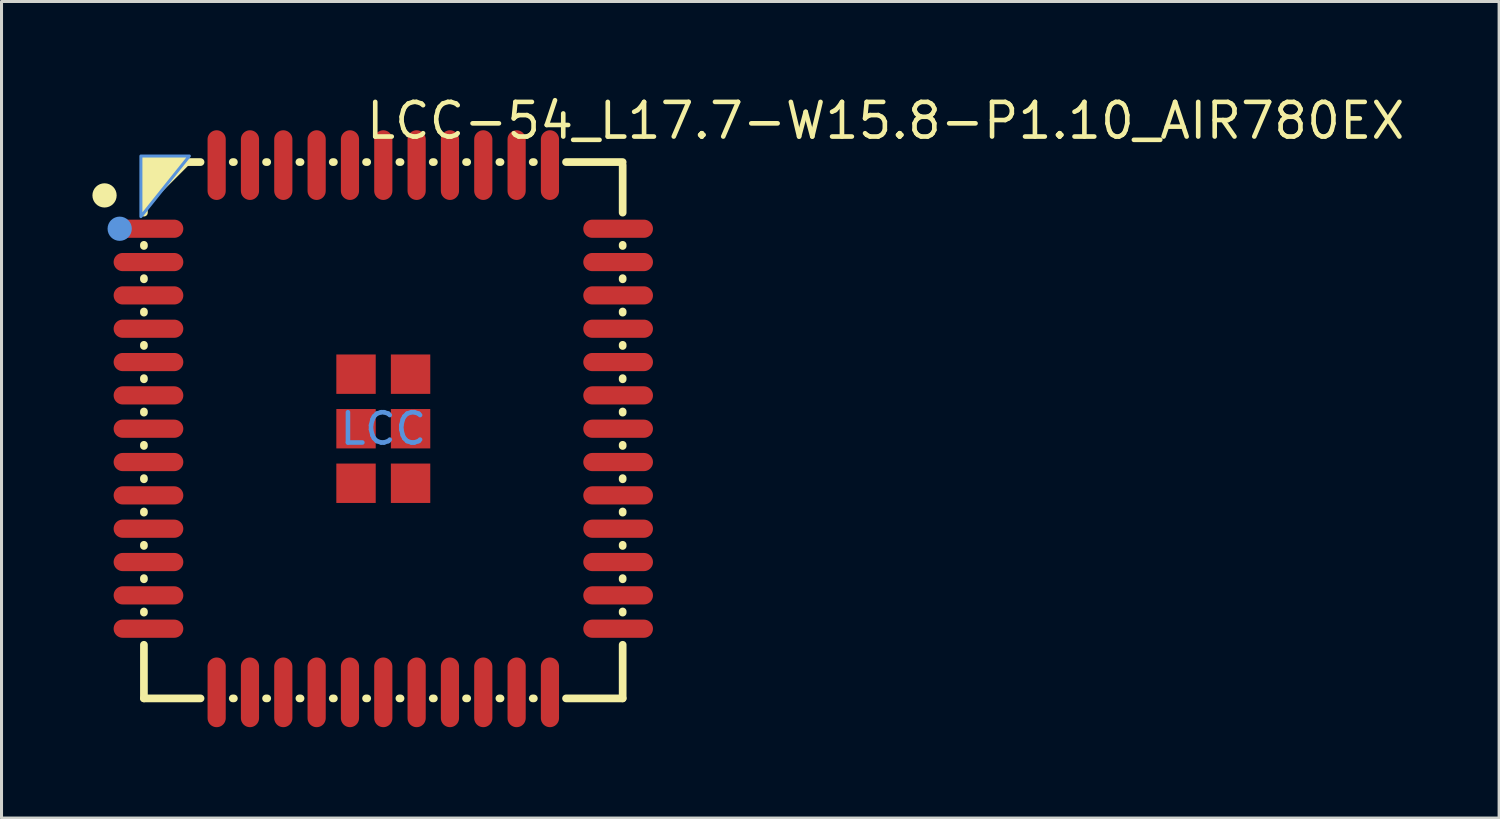
<source format=kicad_pcb>
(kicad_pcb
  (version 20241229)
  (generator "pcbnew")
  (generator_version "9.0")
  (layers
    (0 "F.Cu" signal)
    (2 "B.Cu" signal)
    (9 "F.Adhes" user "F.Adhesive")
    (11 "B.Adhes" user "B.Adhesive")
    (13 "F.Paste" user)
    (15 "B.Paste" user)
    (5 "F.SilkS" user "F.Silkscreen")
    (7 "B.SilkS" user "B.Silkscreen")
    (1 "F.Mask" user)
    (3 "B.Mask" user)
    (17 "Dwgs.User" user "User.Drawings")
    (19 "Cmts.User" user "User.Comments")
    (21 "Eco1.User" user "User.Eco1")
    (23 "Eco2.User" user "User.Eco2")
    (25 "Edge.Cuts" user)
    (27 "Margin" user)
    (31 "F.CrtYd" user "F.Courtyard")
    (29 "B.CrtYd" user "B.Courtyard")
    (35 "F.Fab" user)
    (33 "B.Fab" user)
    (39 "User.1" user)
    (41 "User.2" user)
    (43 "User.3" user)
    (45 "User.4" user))
  (footprint "LCC-54_L17.7-W15.8-P1.10_AIR780EX"
    (layer "F.Cu")
    (at 9.6 11.099)
    (property "Reference" "LCC-54_L17.7-W15.8-P1.10_AIR780EX" (at -0.638 -10.164 0) (layer "F.SilkS") (effects (font (size 1.143 1.143) (thickness 0.152)) (justify left)))
    (attr smd)
    (fp_line (start -7.9 -7.4) (end -7.9 -7.131) (stroke (width 0.254) (type solid)) (layer "F.SilkS"))
    (fp_line (start -7.9 -6.069) (end -7.9 -6.031) (stroke (width 0.254) (type solid)) (layer "F.SilkS"))
    (fp_line (start -7.9 -4.969) (end -7.9 -4.931) (stroke (width 0.254) (type solid)) (layer "F.SilkS"))
    (fp_line (start -7.9 -3.869) (end -7.9 -3.831) (stroke (width 0.254) (type solid)) (layer "F.SilkS"))
    (fp_line (start -7.9 -2.769) (end -7.9 -2.731) (stroke (width 0.254) (type solid)) (layer "F.SilkS"))
    (fp_line (start -7.9 -1.669) (end -7.9 -1.631) (stroke (width 0.254) (type solid)) (layer "F.SilkS"))
    (fp_line (start -7.9 -0.569) (end -7.9 -0.531) (stroke (width 0.254) (type solid)) (layer "F.SilkS"))
    (fp_line (start -7.9 0.531) (end -7.9 0.569) (stroke (width 0.254) (type solid)) (layer "F.SilkS"))
    (fp_line (start -7.9 1.631) (end -7.9 1.669) (stroke (width 0.254) (type solid)) (layer "F.SilkS"))
    (fp_line (start -7.9 2.731) (end -7.9 2.769) (stroke (width 0.254) (type solid)) (layer "F.SilkS"))
    (fp_line (start -7.9 3.831) (end -7.9 3.869) (stroke (width 0.254) (type solid)) (layer "F.SilkS"))
    (fp_line (start -7.9 4.931) (end -7.9 4.969) (stroke (width 0.254) (type solid)) (layer "F.SilkS"))
    (fp_line (start -7.9 6.031) (end -7.9 6.069) (stroke (width 0.254) (type solid)) (layer "F.SilkS"))
    (fp_line (start -7.9 7.131) (end -7.9 8.9) (stroke (width 0.254) (type solid)) (layer "F.SilkS"))
    (fp_line (start -7.9 8.9) (end -6.031 8.9) (stroke (width 0.254) (type solid)) (layer "F.SilkS"))
    (fp_line (start -6.5 -8.8) (end -7.9 -7.4) (stroke (width 0.254) (type solid)) (layer "F.SilkS"))
    (fp_line (start -6.031 -8.8) (end -6.5 -8.8) (stroke (width 0.254) (type solid)) (layer "F.SilkS"))
    (fp_line (start -4.969 8.9) (end -4.931 8.9) (stroke (width 0.254) (type solid)) (layer "F.SilkS"))
    (fp_line (start -4.931 -8.8) (end -4.969 -8.8) (stroke (width 0.254) (type solid)) (layer "F.SilkS"))
    (fp_line (start -3.869 8.9) (end -3.831 8.9) (stroke (width 0.254) (type solid)) (layer "F.SilkS"))
    (fp_line (start -3.831 -8.8) (end -3.869 -8.8) (stroke (width 0.254) (type solid)) (layer "F.SilkS"))
    (fp_line (start -2.769 8.9) (end -2.731 8.9) (stroke (width 0.254) (type solid)) (layer "F.SilkS"))
    (fp_line (start -2.731 -8.8) (end -2.769 -8.8) (stroke (width 0.254) (type solid)) (layer "F.SilkS"))
    (fp_line (start -1.669 8.9) (end -1.631 8.9) (stroke (width 0.254) (type solid)) (layer "F.SilkS"))
    (fp_line (start -1.631 -8.8) (end -1.669 -8.8) (stroke (width 0.254) (type solid)) (layer "F.SilkS"))
    (fp_line (start -0.569 8.9) (end -0.531 8.9) (stroke (width 0.254) (type solid)) (layer "F.SilkS"))
    (fp_line (start -0.531 -8.8) (end -0.569 -8.8) (stroke (width 0.254) (type solid)) (layer "F.SilkS"))
    (fp_line (start 0.531 8.9) (end 0.569 8.9) (stroke (width 0.254) (type solid)) (layer "F.SilkS"))
    (fp_line (start 0.569 -8.8) (end 0.531 -8.8) (stroke (width 0.254) (type solid)) (layer "F.SilkS"))
    (fp_line (start 1.631 8.9) (end 1.669 8.9) (stroke (width 0.254) (type solid)) (layer "F.SilkS"))
    (fp_line (start 1.669 -8.8) (end 1.631 -8.8) (stroke (width 0.254) (type solid)) (layer "F.SilkS"))
    (fp_line (start 2.731 8.9) (end 2.769 8.9) (stroke (width 0.254) (type solid)) (layer "F.SilkS"))
    (fp_line (start 2.769 -8.8) (end 2.731 -8.8) (stroke (width 0.254) (type solid)) (layer "F.SilkS"))
    (fp_line (start 3.831 8.9) (end 3.869 8.9) (stroke (width 0.254) (type solid)) (layer "F.SilkS"))
    (fp_line (start 3.869 -8.8) (end 3.831 -8.8) (stroke (width 0.254) (type solid)) (layer "F.SilkS"))
    (fp_line (start 4.931 8.9) (end 4.969 8.9) (stroke (width 0.254) (type solid)) (layer "F.SilkS"))
    (fp_line (start 4.969 -8.8) (end 4.931 -8.8) (stroke (width 0.254) (type solid)) (layer "F.SilkS"))
    (fp_line (start 6.031 8.9) (end 7.9 8.9) (stroke (width 0.254) (type solid)) (layer "F.SilkS"))
    (fp_line (start 7.9 -8.8) (end 6.031 -8.8) (stroke (width 0.254) (type solid)) (layer "F.SilkS"))
    (fp_line (start 7.9 -7.131) (end 7.9 -8.7) (stroke (width 0.254) (type solid)) (layer "F.SilkS"))
    (fp_line (start 7.9 -6.031) (end 7.9 -6.069) (stroke (width 0.254) (type solid)) (layer "F.SilkS"))
    (fp_line (start 7.9 -4.931) (end 7.9 -4.969) (stroke (width 0.254) (type solid)) (layer "F.SilkS"))
    (fp_line (start 7.9 -3.831) (end 7.9 -3.869) (stroke (width 0.254) (type solid)) (layer "F.SilkS"))
    (fp_line (start 7.9 -2.731) (end 7.9 -2.769) (stroke (width 0.254) (type solid)) (layer "F.SilkS"))
    (fp_line (start 7.9 -1.631) (end 7.9 -1.669) (stroke (width 0.254) (type solid)) (layer "F.SilkS"))
    (fp_line (start 7.9 -0.531) (end 7.9 -0.569) (stroke (width 0.254) (type solid)) (layer "F.SilkS"))
    (fp_line (start 7.9 0.569) (end 7.9 0.531) (stroke (width 0.254) (type solid)) (layer "F.SilkS"))
    (fp_line (start 7.9 1.669) (end 7.9 1.631) (stroke (width 0.254) (type solid)) (layer "F.SilkS"))
    (fp_line (start 7.9 2.769) (end 7.9 2.731) (stroke (width 0.254) (type solid)) (layer "F.SilkS"))
    (fp_line (start 7.9 3.869) (end 7.9 3.831) (stroke (width 0.254) (type solid)) (layer "F.SilkS"))
    (fp_line (start 7.9 4.969) (end 7.9 4.931) (stroke (width 0.254) (type solid)) (layer "F.SilkS"))
    (fp_line (start 7.9 6.069) (end 7.9 6.031) (stroke (width 0.254) (type solid)) (layer "F.SilkS"))
    (fp_line (start 7.9 8.9) (end 7.9 7.131) (stroke (width 0.254) (type solid)) (layer "F.SilkS"))
    (fp_circle (center -9.2 -7.7) (end -9 -7.7) (stroke (width 0.4) (type solid)) (fill no) (layer "F.SilkS"))
    (fp_poly (pts (xy -6.4 -9) (xy -8 -9) (xy -8 -7)) (stroke (width 0) (type solid)) (fill yes) (layer "F.SilkS"))
    (fp_circle (center -8.7 -6.6) (end -8.5 -6.6) (stroke (width 0.4) (type solid)) (fill no) (layer "Cmts.User"))
    (fp_poly (pts (xy -6.4 -9) (xy -8 -9) (xy -8 -7)) (stroke (width 0.1) (type solid)) (fill no) (layer "Cmts.User"))
    (fp_text user "LCC" (at 0 0 0) (layer "Cmts.User") (effects (font (size 1 1) (thickness 0.15))))
    (pad "1" smd oval (at -7.75 -6.6) (size 2.3 0.6) (layers "F.Cu" "F.Mask" "F.Paste"))
    (pad "2" smd oval (at -7.75 -5.5) (size 2.3 0.6) (layers "F.Cu" "F.Mask" "F.Paste"))
    (pad "3" smd oval (at -7.75 -4.4) (size 2.3 0.6) (layers "F.Cu" "F.Mask" "F.Paste"))
    (pad "4" smd oval (at -7.75 -3.3) (size 2.3 0.6) (layers "F.Cu" "F.Mask" "F.Paste"))
    (pad "5" smd oval (at -7.75 -2.2) (size 2.3 0.6) (layers "F.Cu" "F.Mask" "F.Paste"))
    (pad "6" smd oval (at -7.75 -1.1) (size 2.3 0.6) (layers "F.Cu" "F.Mask" "F.Paste"))
    (pad "7" smd oval (at -7.75 0) (size 2.3 0.6) (layers "F.Cu" "F.Mask" "F.Paste"))
    (pad "8" smd oval (at -7.75 1.1) (size 2.3 0.6) (layers "F.Cu" "F.Mask" "F.Paste"))
    (pad "9" smd oval (at -7.75 2.2) (size 2.3 0.6) (layers "F.Cu" "F.Mask" "F.Paste"))
    (pad "10" smd oval (at -7.75 3.3) (size 2.3 0.6) (layers "F.Cu" "F.Mask" "F.Paste"))
    (pad "11" smd oval (at -7.75 4.4) (size 2.3 0.6) (layers "F.Cu" "F.Mask" "F.Paste"))
    (pad "12" smd oval (at -7.75 5.5) (size 2.3 0.6) (layers "F.Cu" "F.Mask" "F.Paste"))
    (pad "13" smd oval (at -7.75 6.6) (size 2.3 0.6) (layers "F.Cu" "F.Mask" "F.Paste"))
    (pad "14" smd oval (at -4.4 8.7 90) (size 2.3 0.6) (layers "F.Cu" "F.Mask" "F.Paste"))
    (pad "15" smd oval (at -3.3 8.7 90) (size 2.3 0.6) (layers "F.Cu" "F.Mask" "F.Paste"))
    (pad "16" smd oval (at -2.2 8.7 90) (size 2.3 0.6) (layers "F.Cu" "F.Mask" "F.Paste"))
    (pad "17" smd oval (at -1.1 8.7 90) (size 2.3 0.6) (layers "F.Cu" "F.Mask" "F.Paste"))
    (pad "18" smd oval (at 0 8.7 90) (size 2.3 0.6) (layers "F.Cu" "F.Mask" "F.Paste"))
    (pad "19" smd oval (at 1.1 8.7 90) (size 2.3 0.6) (layers "F.Cu" "F.Mask" "F.Paste"))
    (pad "20" smd oval (at 2.2 8.7 90) (size 2.3 0.6) (layers "F.Cu" "F.Mask" "F.Paste"))
    (pad "21" smd oval (at 3.3 8.7 90) (size 2.3 0.6) (layers "F.Cu" "F.Mask" "F.Paste"))
    (pad "22" smd oval (at 4.4 8.7 90) (size 2.3 0.6) (layers "F.Cu" "F.Mask" "F.Paste"))
    (pad "23" smd oval (at 7.75 6.6) (size 2.3 0.6) (layers "F.Cu" "F.Mask" "F.Paste"))
    (pad "24" smd oval (at 7.75 5.5) (size 2.3 0.6) (layers "F.Cu" "F.Mask" "F.Paste"))
    (pad "25" smd oval (at 7.75 4.4) (size 2.3 0.6) (layers "F.Cu" "F.Mask" "F.Paste"))
    (pad "26" smd oval (at 7.75 3.3) (size 2.3 0.6) (layers "F.Cu" "F.Mask" "F.Paste"))
    (pad "27" smd oval (at 7.75 2.2) (size 2.3 0.6) (layers "F.Cu" "F.Mask" "F.Paste"))
    (pad "28" smd oval (at 7.75 1.1) (size 2.3 0.6) (layers "F.Cu" "F.Mask" "F.Paste"))
    (pad "29" smd oval (at 7.75 0) (size 2.3 0.6) (layers "F.Cu" "F.Mask" "F.Paste"))
    (pad "30" smd oval (at 7.75 -1.1) (size 2.3 0.6) (layers "F.Cu" "F.Mask" "F.Paste"))
    (pad "31" smd oval (at 7.75 -2.2) (size 2.3 0.6) (layers "F.Cu" "F.Mask" "F.Paste"))
    (pad "32" smd oval (at 7.75 -3.3) (size 2.3 0.6) (layers "F.Cu" "F.Mask" "F.Paste"))
    (pad "33" smd oval (at 7.75 -4.4) (size 2.3 0.6) (layers "F.Cu" "F.Mask" "F.Paste"))
    (pad "34" smd oval (at 7.75 -5.5) (size 2.3 0.6) (layers "F.Cu" "F.Mask" "F.Paste"))
    (pad "35" smd oval (at 7.75 -6.6) (size 2.3 0.6) (layers "F.Cu" "F.Mask" "F.Paste"))
    (pad "36" smd oval (at 4.4 -8.7 90) (size 2.3 0.6) (layers "F.Cu" "F.Mask" "F.Paste"))
    (pad "37" smd oval (at 3.3 -8.7 90) (size 2.3 0.6) (layers "F.Cu" "F.Mask" "F.Paste"))
    (pad "38" smd oval (at 2.2 -8.7 90) (size 2.3 0.6) (layers "F.Cu" "F.Mask" "F.Paste"))
    (pad "39" smd oval (at 1.1 -8.7 90) (size 2.3 0.6) (layers "F.Cu" "F.Mask" "F.Paste"))
    (pad "40" smd oval (at 0 -8.7 90) (size 2.3 0.6) (layers "F.Cu" "F.Mask" "F.Paste"))
    (pad "41" smd oval (at -1.1 -8.7 90) (size 2.3 0.6) (layers "F.Cu" "F.Mask" "F.Paste"))
    (pad "42" smd oval (at -2.2 -8.7 90) (size 2.3 0.6) (layers "F.Cu" "F.Mask" "F.Paste"))
    (pad "43" smd oval (at -3.3 -8.7 90) (size 2.3 0.6) (layers "F.Cu" "F.Mask" "F.Paste"))
    (pad "44" smd oval (at -4.4 -8.7 90) (size 2.3 0.6) (layers "F.Cu" "F.Mask" "F.Paste"))
    (pad "89" smd rect (at -0.9 -1.8) (size 1.3 1.3) (layers "F.Cu" "F.Mask" "F.Paste"))
    (pad "90" smd rect (at -0.9 0) (size 1.3 1.3) (layers "F.Cu" "F.Mask" "F.Paste"))
    (pad "91" smd rect (at -0.9 1.8) (size 1.3 1.3) (layers "F.Cu" "F.Mask" "F.Paste"))
    (pad "92" smd rect (at 0.9 1.8) (size 1.3 1.3) (layers "F.Cu" "F.Mask" "F.Paste"))
    (pad "93" smd rect (at 0.9 0) (size 1.3 1.3) (layers "F.Cu" "F.Mask" "F.Paste"))
    (pad "94" smd rect (at 0.9 -1.8) (size 1.3 1.3) (layers "F.Cu" "F.Mask" "F.Paste"))
    (pad "95" smd oval (at -5.5 8.7 90) (size 2.3 0.6) (layers "F.Cu" "F.Mask" "F.Paste"))
    (pad "96" smd oval (at 5.5 8.7 90) (size 2.3 0.6) (layers "F.Cu" "F.Mask" "F.Paste"))
    (pad "97" smd oval (at 5.5 -8.7 90) (size 2.3 0.6) (layers "F.Cu" "F.Mask" "F.Paste"))
    (pad "98" smd oval (at -5.5 -8.7 90) (size 2.3 0.6) (layers "F.Cu" "F.Mask" "F.Paste")))
  (gr_rect
    (start -3 -3)
    (end 46.425 23.949)
    (stroke (width 0.1) (type default))
    (fill no)
    (layer "Edge.Cuts")))
</source>
